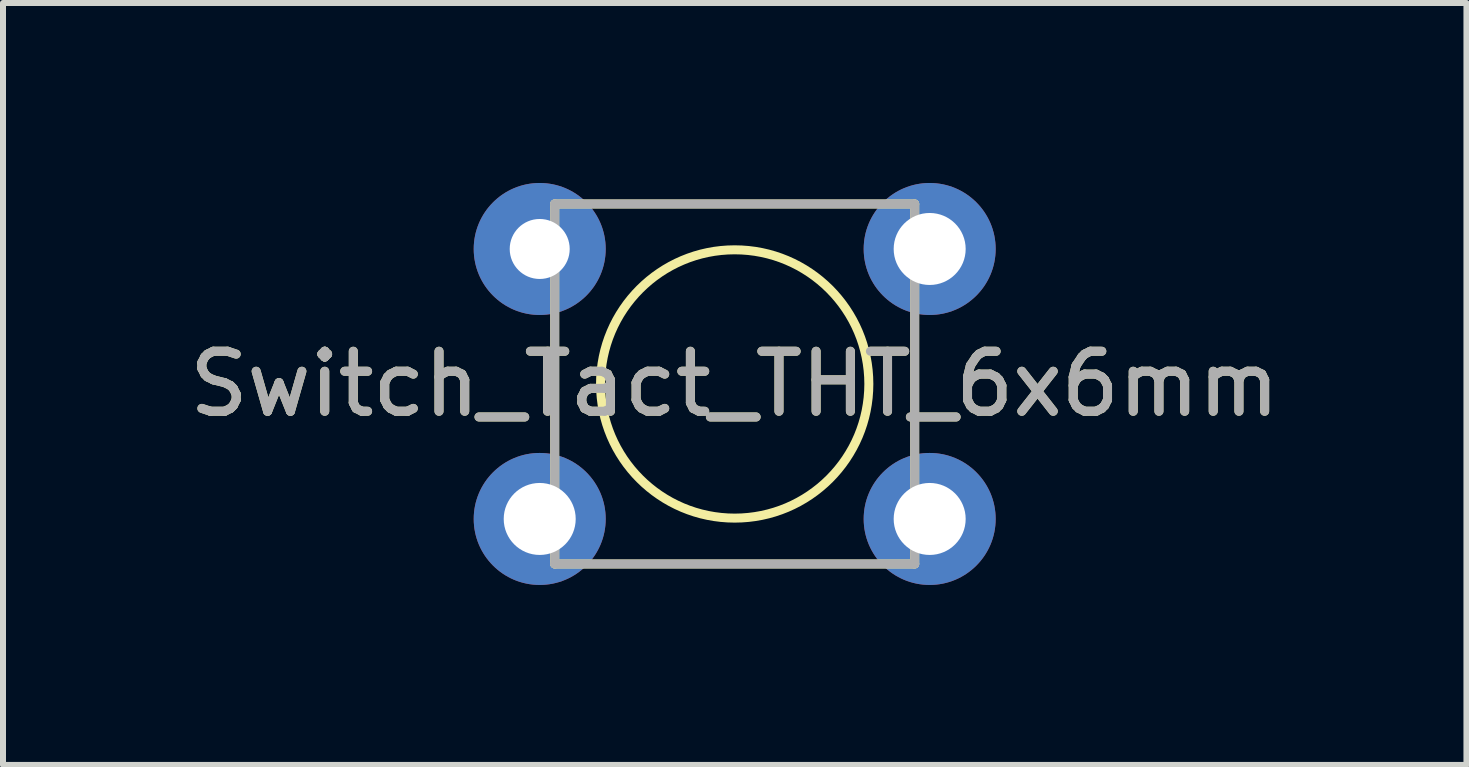
<source format=kicad_pcb>
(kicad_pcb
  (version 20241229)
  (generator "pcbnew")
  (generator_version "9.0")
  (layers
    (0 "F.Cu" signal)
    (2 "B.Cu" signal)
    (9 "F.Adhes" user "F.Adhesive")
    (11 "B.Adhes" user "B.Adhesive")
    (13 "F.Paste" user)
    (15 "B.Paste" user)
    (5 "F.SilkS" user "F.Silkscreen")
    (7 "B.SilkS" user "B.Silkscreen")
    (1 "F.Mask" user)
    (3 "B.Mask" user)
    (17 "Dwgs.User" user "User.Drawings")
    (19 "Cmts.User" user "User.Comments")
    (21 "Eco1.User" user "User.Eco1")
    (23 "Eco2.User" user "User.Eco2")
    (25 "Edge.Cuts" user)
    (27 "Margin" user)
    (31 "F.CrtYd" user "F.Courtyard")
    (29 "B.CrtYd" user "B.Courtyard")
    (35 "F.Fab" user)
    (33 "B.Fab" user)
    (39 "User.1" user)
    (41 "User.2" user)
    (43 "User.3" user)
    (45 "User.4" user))
  (footprint "Switch_Tact_THT_6x6mm"
    (layer "F.Cu")
    (at 9.196 3.35)
    (property "Reference" "Switch_Tact_THT_6x6mm" (at 0 0 0) (layer "F.SilkS") (effects (font (size 1 1) (thickness 0.15))))
    (attr through_hole)
    (fp_line (start -3 -3) (end -3 3) (stroke (width 0.15) (type solid)) (layer "F.SilkS"))
    (fp_line (start -3 3) (end 3 3) (stroke (width 0.15) (type solid)) (layer "F.SilkS"))
    (fp_line (start 3 -3) (end -3 -3) (stroke (width 0.15) (type solid)) (layer "F.SilkS"))
    (fp_line (start 3 3) (end 3 -3) (stroke (width 0.15) (type solid)) (layer "F.SilkS"))
    (fp_circle (center 0 0) (end -2 -1) (stroke (width 0.15) (type solid)) (fill no) (layer "F.SilkS"))
    (fp_line (start -3 -3) (end -3 3) (stroke (width 0.15) (type solid)) (layer "F.Fab"))
    (fp_line (start -3 3) (end 3 3) (stroke (width 0.15) (type solid)) (layer "F.Fab"))
    (fp_line (start 3 -3) (end -3 -3) (stroke (width 0.15) (type solid)) (layer "F.Fab"))
    (fp_line (start 3 3) (end 3 -3) (stroke (width 0.15) (type solid)) (layer "F.Fab"))
    (fp_text user "${REFERENCE}" (at 0 0 0) (layer "F.Fab") (effects (font (size 1 1) (thickness 0.15))))
    (pad "1" thru_hole circle (at -3.25 -2.25) (size 2.2 2.2) (drill 1) (layers "*.Cu" "*.Mask"))
    (pad "2" thru_hole circle (at 3.25 -2.25) (size 2.2 2.2) (drill 1.2) (layers "*.Cu" "*.Mask"))
    (pad "3" thru_hole circle (at -3.25 2.25) (size 2.2 2.2) (drill 1.2) (layers "*.Cu" "*.Mask"))
    (pad "4" thru_hole circle (at 3.25 2.25) (size 2.2 2.2) (drill 1.2) (layers "*.Cu" "*.Mask")))
  (gr_rect
    (start -3 -3)
    (end 21.393 9.7)
    (stroke (width 0.1) (type default))
    (fill no)
    (layer "Edge.Cuts")))
</source>
